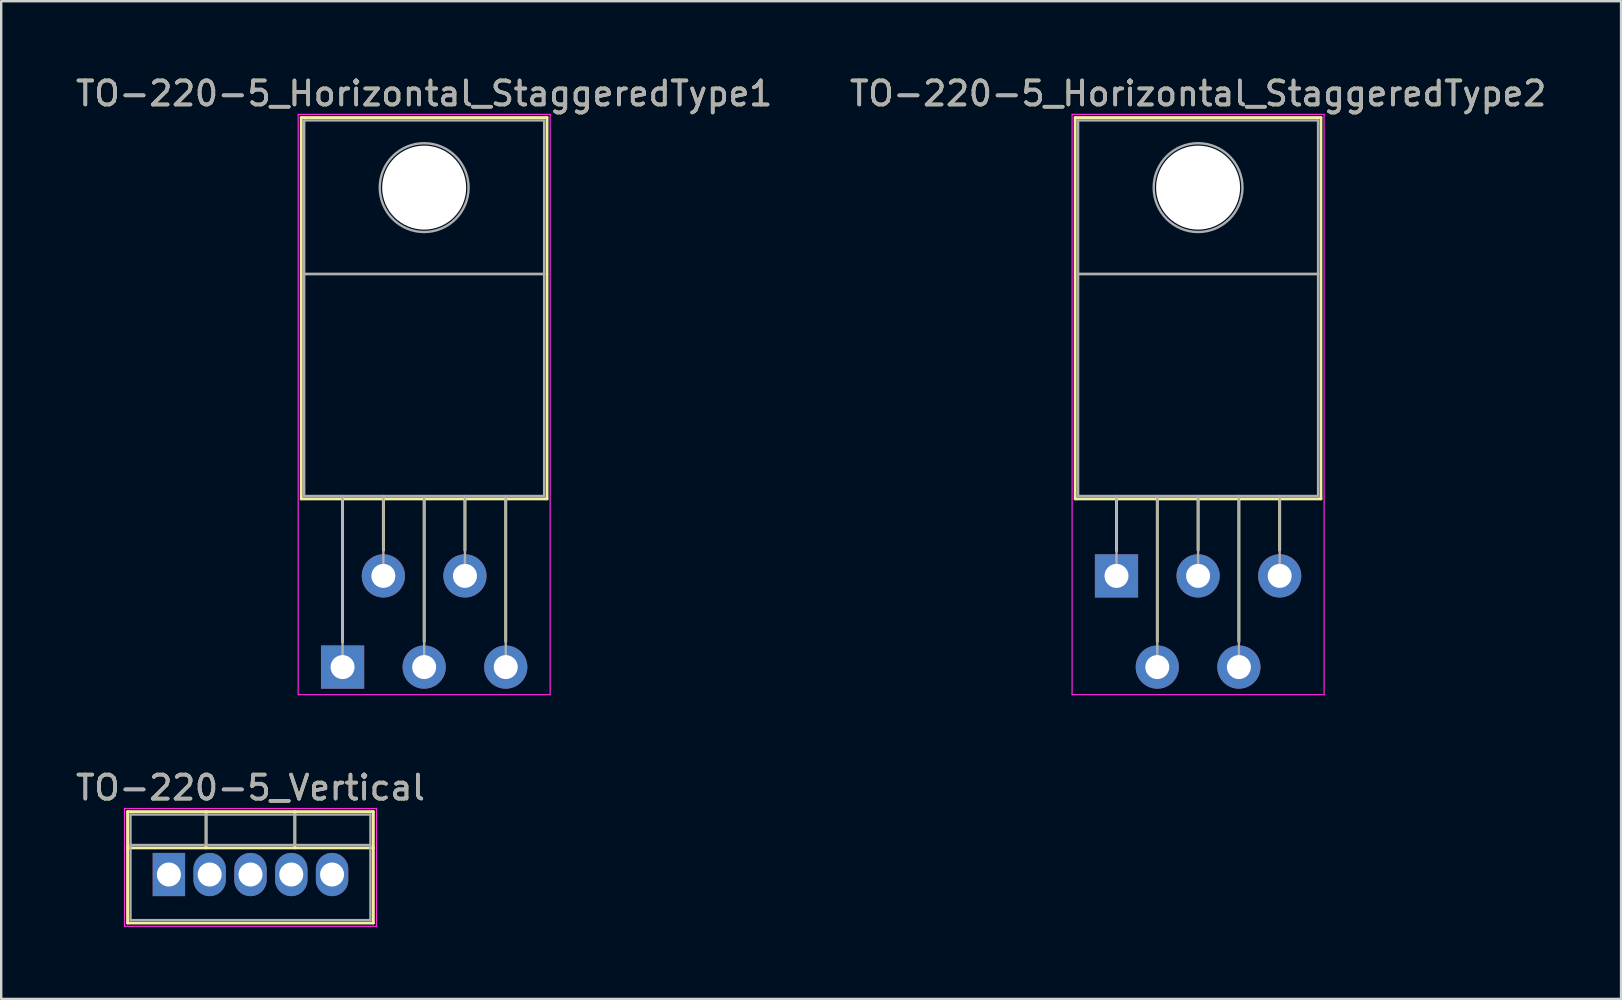
<source format=kicad_pcb>
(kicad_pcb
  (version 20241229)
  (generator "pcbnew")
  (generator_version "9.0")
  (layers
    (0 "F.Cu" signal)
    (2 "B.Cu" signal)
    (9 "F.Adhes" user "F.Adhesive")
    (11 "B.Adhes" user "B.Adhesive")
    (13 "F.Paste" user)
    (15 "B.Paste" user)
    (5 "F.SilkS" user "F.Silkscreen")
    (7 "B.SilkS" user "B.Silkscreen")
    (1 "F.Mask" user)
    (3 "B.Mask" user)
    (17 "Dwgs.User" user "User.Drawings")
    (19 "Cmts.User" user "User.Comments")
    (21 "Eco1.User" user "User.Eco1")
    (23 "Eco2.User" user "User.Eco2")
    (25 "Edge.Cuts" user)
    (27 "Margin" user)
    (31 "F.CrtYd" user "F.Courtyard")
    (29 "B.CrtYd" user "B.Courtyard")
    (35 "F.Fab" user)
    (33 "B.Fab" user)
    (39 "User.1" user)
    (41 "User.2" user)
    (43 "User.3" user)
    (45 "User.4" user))
  (footprint "TO-220-5_Horizontal_StaggeredType2"
    (layer "F.Cu")
    (at 43.475 20.948)
    (property "Reference" "TO-220-5_Horizontal_StaggeredType2" (at 3.4 -20.1 0) (layer "F.SilkS") (effects (font (size 1 1) (thickness 0.15))))
    (attr through_hole)
    (fp_line (start -1.721 -19.1) (end -1.721 -3.21) (stroke (width 0.12) (type solid)) (layer "F.SilkS"))
    (fp_line (start -1.721 -19.1) (end 8.52 -19.1) (stroke (width 0.12) (type solid)) (layer "F.SilkS"))
    (fp_line (start -1.721 -3.21) (end 8.52 -3.21) (stroke (width 0.12) (type solid)) (layer "F.SilkS"))
    (fp_line (start 0 -3.21) (end 0 -1.05) (stroke (width 0.12) (type solid)) (layer "F.SilkS"))
    (fp_line (start 1.7 -3.21) (end 1.7 2.735) (stroke (width 0.12) (type solid)) (layer "F.SilkS"))
    (fp_line (start 3.4 -3.21) (end 3.4 -1.066) (stroke (width 0.12) (type solid)) (layer "F.SilkS"))
    (fp_line (start 5.1 -3.21) (end 5.1 2.735) (stroke (width 0.12) (type solid)) (layer "F.SilkS"))
    (fp_line (start 6.8 -3.21) (end 6.8 -1.066) (stroke (width 0.12) (type solid)) (layer "F.SilkS"))
    (fp_line (start 8.52 -19.1) (end 8.52 -3.21) (stroke (width 0.12) (type solid)) (layer "F.SilkS"))
    (fp_line (start -1.85 -19.23) (end -1.85 4.95) (stroke (width 0.05) (type solid)) (layer "F.CrtYd"))
    (fp_line (start -1.85 4.95) (end 8.65 4.95) (stroke (width 0.05) (type solid)) (layer "F.CrtYd"))
    (fp_line (start 8.65 -19.23) (end -1.85 -19.23) (stroke (width 0.05) (type solid)) (layer "F.CrtYd"))
    (fp_line (start 8.65 4.95) (end 8.65 -19.23) (stroke (width 0.05) (type solid)) (layer "F.CrtYd"))
    (fp_line (start -1.6 -18.98) (end 8.4 -18.98) (stroke (width 0.1) (type solid)) (layer "F.Fab"))
    (fp_line (start -1.6 -12.58) (end -1.6 -18.98) (stroke (width 0.1) (type solid)) (layer "F.Fab"))
    (fp_line (start -1.6 -12.58) (end 8.4 -12.58) (stroke (width 0.1) (type solid)) (layer "F.Fab"))
    (fp_line (start -1.6 -3.33) (end -1.6 -12.58) (stroke (width 0.1) (type solid)) (layer "F.Fab"))
    (fp_line (start 0 -3.33) (end 0 0) (stroke (width 0.1) (type solid)) (layer "F.Fab"))
    (fp_line (start 1.7 -3.33) (end 1.7 3.8) (stroke (width 0.1) (type solid)) (layer "F.Fab"))
    (fp_line (start 3.4 -3.33) (end 3.4 0) (stroke (width 0.1) (type solid)) (layer "F.Fab"))
    (fp_line (start 5.1 -3.33) (end 5.1 3.8) (stroke (width 0.1) (type solid)) (layer "F.Fab"))
    (fp_line (start 6.8 -3.33) (end 6.8 0) (stroke (width 0.1) (type solid)) (layer "F.Fab"))
    (fp_line (start 8.4 -18.98) (end 8.4 -12.58) (stroke (width 0.1) (type solid)) (layer "F.Fab"))
    (fp_line (start 8.4 -12.58) (end -1.6 -12.58) (stroke (width 0.1) (type solid)) (layer "F.Fab"))
    (fp_line (start 8.4 -12.58) (end 8.4 -3.33) (stroke (width 0.1) (type solid)) (layer "F.Fab"))
    (fp_line (start 8.4 -3.33) (end -1.6 -3.33) (stroke (width 0.1) (type solid)) (layer "F.Fab"))
    (fp_circle (center 3.4 -16.18) (end 5.25 -16.18) (stroke (width 0.1) (type solid)) (fill no) (layer "F.Fab"))
    (fp_text user "${REFERENCE}" (at 3.4 -20.1 0) (layer "F.Fab") (effects (font (size 1 1) (thickness 0.15))))
    (pad "" np_thru_hole oval (at 3.4 -16.18) (size 3.5 3.5) (drill 3.5) (layers "*.Cu" "*.Mask"))
    (pad "1" thru_hole rect (at 0 0) (size 1.8 1.8) (drill 1) (layers "*.Cu" "*.Mask"))
    (pad "2" thru_hole oval (at 1.7 3.8) (size 1.8 1.8) (drill 1) (layers "*.Cu" "*.Mask"))
    (pad "3" thru_hole oval (at 3.4 0) (size 1.8 1.8) (drill 1) (layers "*.Cu" "*.Mask"))
    (pad "4" thru_hole oval (at 5.1 3.8) (size 1.8 1.8) (drill 1) (layers "*.Cu" "*.Mask"))
    (pad "5" thru_hole oval (at 6.8 0) (size 1.8 1.8) (drill 1) (layers "*.Cu" "*.Mask")))
  (footprint "TO-220-5_Horizontal_StaggeredType1"
    (layer "F.Cu")
    (at 11.225 24.748)
    (property "Reference" "TO-220-5_Horizontal_StaggeredType1" (at 3.4 -23.9 0) (layer "F.SilkS") (effects (font (size 1 1) (thickness 0.15))))
    (attr through_hole)
    (fp_line (start -1.721 -22.9) (end -1.721 -7.01) (stroke (width 0.12) (type solid)) (layer "F.SilkS"))
    (fp_line (start -1.721 -22.9) (end 8.52 -22.9) (stroke (width 0.12) (type solid)) (layer "F.SilkS"))
    (fp_line (start -1.721 -7.01) (end 8.52 -7.01) (stroke (width 0.12) (type solid)) (layer "F.SilkS"))
    (fp_line (start 0 -7.01) (end 0 -1.05) (stroke (width 0.12) (type solid)) (layer "F.SilkS"))
    (fp_line (start 1.7 -7.01) (end 1.7 -4.866) (stroke (width 0.12) (type solid)) (layer "F.SilkS"))
    (fp_line (start 3.4 -7.01) (end 3.4 -1.065) (stroke (width 0.12) (type solid)) (layer "F.SilkS"))
    (fp_line (start 5.1 -7.01) (end 5.1 -4.866) (stroke (width 0.12) (type solid)) (layer "F.SilkS"))
    (fp_line (start 6.8 -7.01) (end 6.8 -1.065) (stroke (width 0.12) (type solid)) (layer "F.SilkS"))
    (fp_line (start 8.52 -22.9) (end 8.52 -7.01) (stroke (width 0.12) (type solid)) (layer "F.SilkS"))
    (fp_line (start -1.85 -23.03) (end -1.85 1.15) (stroke (width 0.05) (type solid)) (layer "F.CrtYd"))
    (fp_line (start -1.85 1.15) (end 8.65 1.15) (stroke (width 0.05) (type solid)) (layer "F.CrtYd"))
    (fp_line (start 8.65 -23.03) (end -1.85 -23.03) (stroke (width 0.05) (type solid)) (layer "F.CrtYd"))
    (fp_line (start 8.65 1.15) (end 8.65 -23.03) (stroke (width 0.05) (type solid)) (layer "F.CrtYd"))
    (fp_line (start -1.6 -22.78) (end 8.4 -22.78) (stroke (width 0.1) (type solid)) (layer "F.Fab"))
    (fp_line (start -1.6 -16.38) (end -1.6 -22.78) (stroke (width 0.1) (type solid)) (layer "F.Fab"))
    (fp_line (start -1.6 -16.38) (end 8.4 -16.38) (stroke (width 0.1) (type solid)) (layer "F.Fab"))
    (fp_line (start -1.6 -7.13) (end -1.6 -16.38) (stroke (width 0.1) (type solid)) (layer "F.Fab"))
    (fp_line (start 0 -7.13) (end 0 0) (stroke (width 0.1) (type solid)) (layer "F.Fab"))
    (fp_line (start 1.7 -7.13) (end 1.7 -3.8) (stroke (width 0.1) (type solid)) (layer "F.Fab"))
    (fp_line (start 3.4 -7.13) (end 3.4 0) (stroke (width 0.1) (type solid)) (layer "F.Fab"))
    (fp_line (start 5.1 -7.13) (end 5.1 -3.8) (stroke (width 0.1) (type solid)) (layer "F.Fab"))
    (fp_line (start 6.8 -7.13) (end 6.8 0) (stroke (width 0.1) (type solid)) (layer "F.Fab"))
    (fp_line (start 8.4 -22.78) (end 8.4 -16.38) (stroke (width 0.1) (type solid)) (layer "F.Fab"))
    (fp_line (start 8.4 -16.38) (end -1.6 -16.38) (stroke (width 0.1) (type solid)) (layer "F.Fab"))
    (fp_line (start 8.4 -16.38) (end 8.4 -7.13) (stroke (width 0.1) (type solid)) (layer "F.Fab"))
    (fp_line (start 8.4 -7.13) (end -1.6 -7.13) (stroke (width 0.1) (type solid)) (layer "F.Fab"))
    (fp_circle (center 3.4 -19.98) (end 5.25 -19.98) (stroke (width 0.1) (type solid)) (fill no) (layer "F.Fab"))
    (fp_text user "${REFERENCE}" (at 3.4 -23.9 0) (layer "F.Fab") (effects (font (size 1 1) (thickness 0.15))))
    (pad "" np_thru_hole oval (at 3.4 -19.98) (size 3.5 3.5) (drill 3.5) (layers "*.Cu" "*.Mask"))
    (pad "1" thru_hole rect (at 0 0) (size 1.8 1.8) (drill 1) (layers "*.Cu" "*.Mask"))
    (pad "2" thru_hole oval (at 1.7 -3.8) (size 1.8 1.8) (drill 1) (layers "*.Cu" "*.Mask"))
    (pad "3" thru_hole oval (at 3.4 0) (size 1.8 1.8) (drill 1) (layers "*.Cu" "*.Mask"))
    (pad "4" thru_hole oval (at 5.1 -3.8) (size 1.8 1.8) (drill 1) (layers "*.Cu" "*.Mask"))
    (pad "5" thru_hole oval (at 6.8 0) (size 1.8 1.8) (drill 1) (layers "*.Cu" "*.Mask")))
  (footprint "TO-220-5_Vertical"
    (layer "F.Cu")
    (at 3.987 33.392)
    (property "Reference" "TO-220-5_Vertical" (at 3.4 -3.62 0) (layer "F.SilkS") (effects (font (size 1 1) (thickness 0.15))))
    (attr through_hole)
    (fp_line (start -1.721 -2.62) (end -1.721 2.021) (stroke (width 0.12) (type solid)) (layer "F.SilkS"))
    (fp_line (start -1.721 -2.62) (end 8.52 -2.62) (stroke (width 0.12) (type solid)) (layer "F.SilkS"))
    (fp_line (start -1.721 -1.11) (end 8.52 -1.11) (stroke (width 0.12) (type solid)) (layer "F.SilkS"))
    (fp_line (start -1.721 2.021) (end 8.52 2.021) (stroke (width 0.12) (type solid)) (layer "F.SilkS"))
    (fp_line (start 1.55 -2.62) (end 1.55 -1.11) (stroke (width 0.12) (type solid)) (layer "F.SilkS"))
    (fp_line (start 5.25 -2.62) (end 5.25 -1.11) (stroke (width 0.12) (type solid)) (layer "F.SilkS"))
    (fp_line (start 8.52 -2.62) (end 8.52 2.021) (stroke (width 0.12) (type solid)) (layer "F.SilkS"))
    (fp_line (start -1.85 -2.75) (end -1.85 2.16) (stroke (width 0.05) (type solid)) (layer "F.CrtYd"))
    (fp_line (start -1.85 2.16) (end 8.65 2.16) (stroke (width 0.05) (type solid)) (layer "F.CrtYd"))
    (fp_line (start 8.65 -2.75) (end -1.85 -2.75) (stroke (width 0.05) (type solid)) (layer "F.CrtYd"))
    (fp_line (start 8.65 2.16) (end 8.65 -2.75) (stroke (width 0.05) (type solid)) (layer "F.CrtYd"))
    (fp_line (start -1.6 -2.5) (end -1.6 1.9) (stroke (width 0.1) (type solid)) (layer "F.Fab"))
    (fp_line (start -1.6 -1.23) (end 8.4 -1.23) (stroke (width 0.1) (type solid)) (layer "F.Fab"))
    (fp_line (start -1.6 1.9) (end 8.4 1.9) (stroke (width 0.1) (type solid)) (layer "F.Fab"))
    (fp_line (start 1.55 -2.5) (end 1.55 -1.23) (stroke (width 0.1) (type solid)) (layer "F.Fab"))
    (fp_line (start 5.25 -2.5) (end 5.25 -1.23) (stroke (width 0.1) (type solid)) (layer "F.Fab"))
    (fp_line (start 8.4 -2.5) (end -1.6 -2.5) (stroke (width 0.1) (type solid)) (layer "F.Fab"))
    (fp_line (start 8.4 1.9) (end 8.4 -2.5) (stroke (width 0.1) (type solid)) (layer "F.Fab"))
    (fp_text user "${REFERENCE}" (at 3.4 -3.62 0) (layer "F.Fab") (effects (font (size 1 1) (thickness 0.15))))
    (pad "1" thru_hole rect (at 0 0) (size 1.35 1.8) (drill 1) (layers "*.Cu" "*.Mask"))
    (pad "2" thru_hole oval (at 1.7 0) (size 1.35 1.8) (drill 1) (layers "*.Cu" "*.Mask"))
    (pad "3" thru_hole oval (at 3.4 0) (size 1.35 1.8) (drill 1) (layers "*.Cu" "*.Mask"))
    (pad "4" thru_hole oval (at 5.1 0) (size 1.35 1.8) (drill 1) (layers "*.Cu" "*.Mask"))
    (pad "5" thru_hole oval (at 6.8 0) (size 1.35 1.8) (drill 1) (layers "*.Cu" "*.Mask")))
  (gr_rect
    (start -3 -3)
    (end 64.5 38.577)
    (stroke (width 0.1) (type default))
    (fill no)
    (layer "Edge.Cuts")))
</source>
